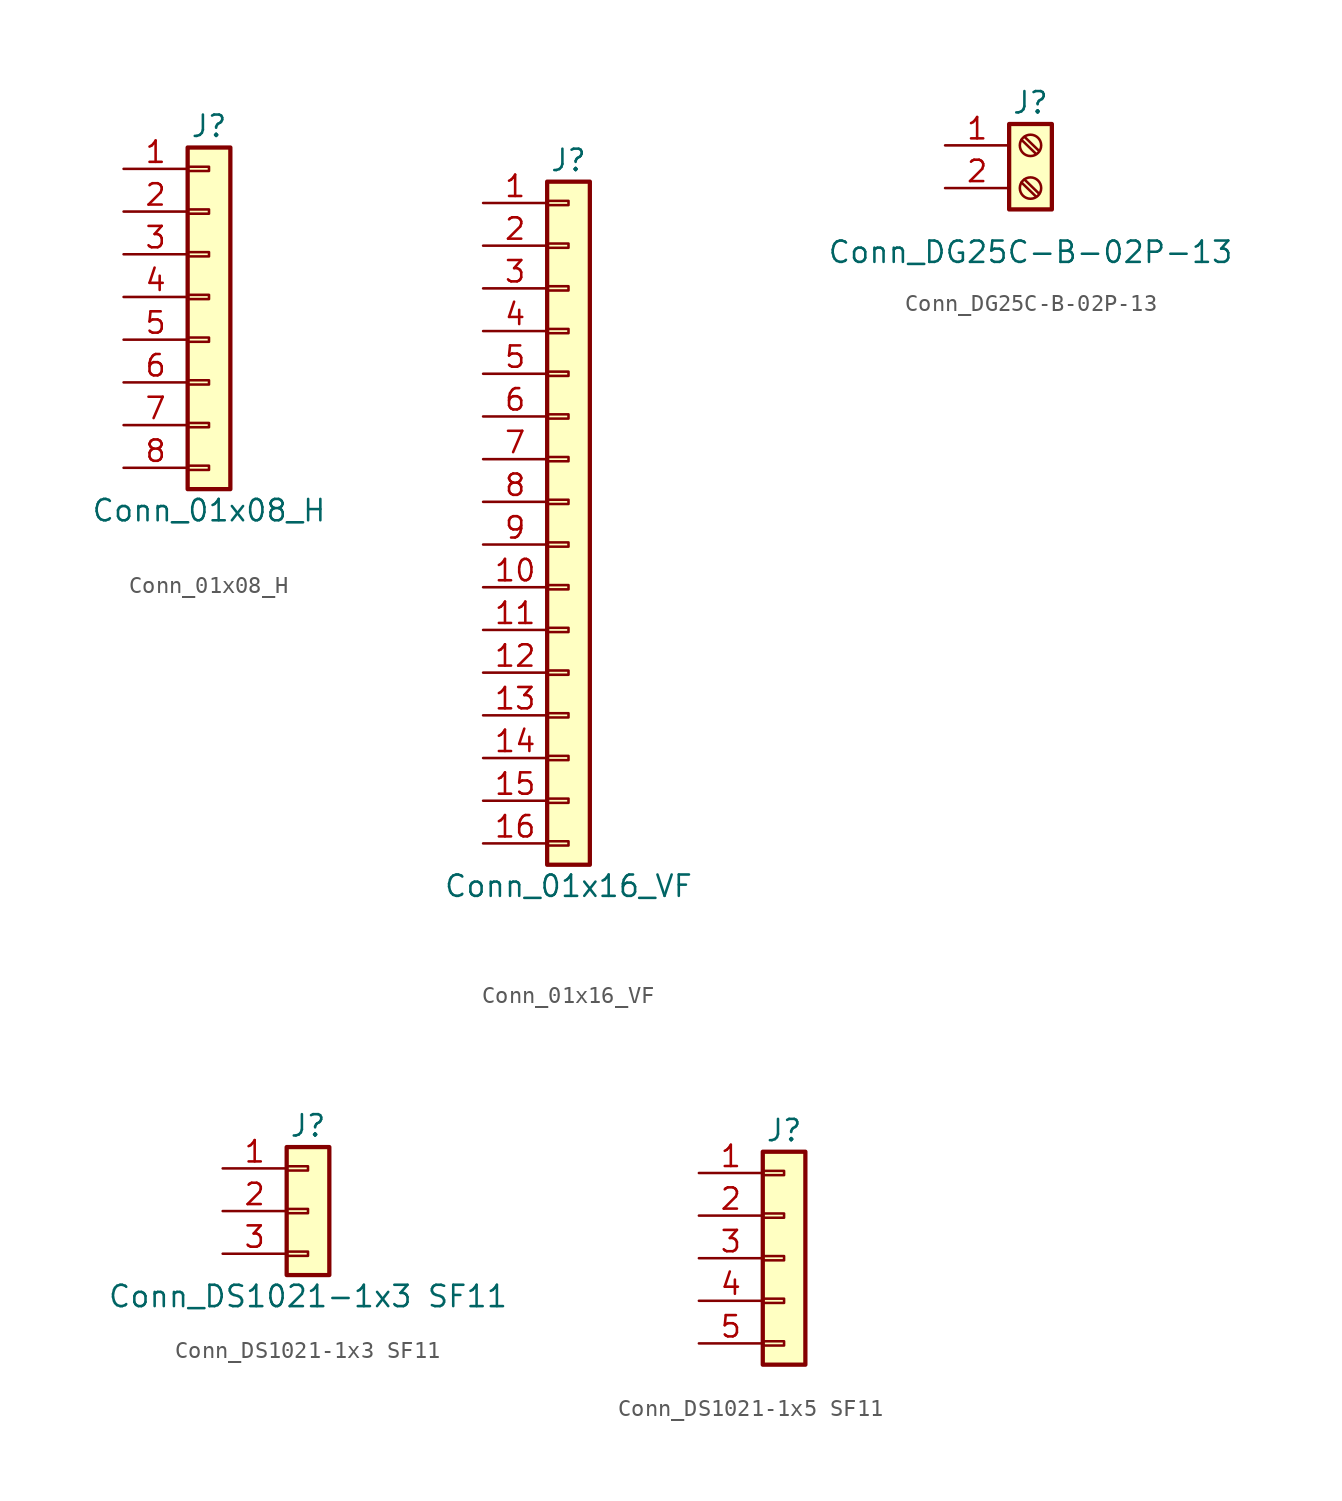
<source format=kicad_sym>
(kicad_symbol_lib
  (version 20220914)
  (generator kicad_symbol_editor)
  (symbol "Conn_01x08_H"
    (pin_names
      (offset 1.016) hide)
    (property "Reference" "J"
      (at 0 10.16 0)
      (effects (font (size 1.27 1.27))))
    (property "Value" "Conn_01x08_H"
      (at 0 -12.7 0)
      (effects (font (size 1.27 1.27))))
    (symbol "Conn_01x08_H_1_1"
      (rectangle (start -1.27 -10.033) (end 0 -10.287) (stroke (width 0.152) (type default)) (fill (type none)))
      (rectangle (start -1.27 -7.493) (end 0 -7.747) (stroke (width 0.152) (type default)) (fill (type none)))
      (rectangle (start -1.27 -4.953) (end 0 -5.207) (stroke (width 0.152) (type default)) (fill (type none)))
      (rectangle (start -1.27 -2.413) (end 0 -2.667) (stroke (width 0.152) (type default)) (fill (type none)))
      (rectangle (start -1.27 0.127) (end 0 -0.127) (stroke (width 0.152) (type default)) (fill (type none)))
      (rectangle (start -1.27 2.667) (end 0 2.413) (stroke (width 0.152) (type default)) (fill (type none)))
      (rectangle (start -1.27 5.207) (end 0 4.953) (stroke (width 0.152) (type default)) (fill (type none)))
      (rectangle (start -1.27 7.747) (end 0 7.493) (stroke (width 0.152) (type default)) (fill (type none)))
      (rectangle (start -1.27 8.89) (end 1.27 -11.43) (stroke (width 0.254) (type default)) (fill (type background)))
      (pin passive line (at -5.08 7.62 0) (length 3.81) (name "Pin_1" (effects (font (size 1.27 1.27)))) (number "1" (effects (font (size 1.27 1.27)))))
      (pin passive line (at -5.08 5.08 0) (length 3.81) (name "Pin_2" (effects (font (size 1.27 1.27)))) (number "2" (effects (font (size 1.27 1.27)))))
      (pin passive line (at -5.08 2.54 0) (length 3.81) (name "Pin_3" (effects (font (size 1.27 1.27)))) (number "3" (effects (font (size 1.27 1.27)))))
      (pin passive line (at -5.08 0 0) (length 3.81) (name "Pin_4" (effects (font (size 1.27 1.27)))) (number "4" (effects (font (size 1.27 1.27)))))
      (pin passive line (at -5.08 -2.54 0) (length 3.81) (name "Pin_5" (effects (font (size 1.27 1.27)))) (number "5" (effects (font (size 1.27 1.27)))))
      (pin passive line (at -5.08 -5.08 0) (length 3.81) (name "Pin_6" (effects (font (size 1.27 1.27)))) (number "6" (effects (font (size 1.27 1.27)))))
      (pin passive line (at -5.08 -7.62 0) (length 3.81) (name "Pin_7" (effects (font (size 1.27 1.27)))) (number "7" (effects (font (size 1.27 1.27)))))
      (pin passive line (at -5.08 -10.16 0) (length 3.81) (name "Pin_8" (effects (font (size 1.27 1.27)))) (number "8" (effects (font (size 1.27 1.27)))))))
  (symbol "Conn_01x16_VF"
    (pin_names
      (offset 1.016) hide)
    (property "Reference" "J"
      (at 0 20.32 0)
      (effects (font (size 1.27 1.27))))
    (property "Value" "Conn_01x16_VF"
      (at 0 -22.86 0)
      (effects (font (size 1.27 1.27))))
    (symbol "Conn_01x16_VF_1_1"
      (rectangle (start -1.27 -20.193) (end 0 -20.447) (stroke (width 0.152) (type default)) (fill (type none)))
      (rectangle (start -1.27 -17.653) (end 0 -17.907) (stroke (width 0.152) (type default)) (fill (type none)))
      (rectangle (start -1.27 -15.113) (end 0 -15.367) (stroke (width 0.152) (type default)) (fill (type none)))
      (rectangle (start -1.27 -12.573) (end 0 -12.827) (stroke (width 0.152) (type default)) (fill (type none)))
      (rectangle (start -1.27 -10.033) (end 0 -10.287) (stroke (width 0.152) (type default)) (fill (type none)))
      (rectangle (start -1.27 -7.493) (end 0 -7.747) (stroke (width 0.152) (type default)) (fill (type none)))
      (rectangle (start -1.27 -4.953) (end 0 -5.207) (stroke (width 0.152) (type default)) (fill (type none)))
      (rectangle (start -1.27 -2.413) (end 0 -2.667) (stroke (width 0.152) (type default)) (fill (type none)))
      (rectangle (start -1.27 0.127) (end 0 -0.127) (stroke (width 0.152) (type default)) (fill (type none)))
      (rectangle (start -1.27 2.667) (end 0 2.413) (stroke (width 0.152) (type default)) (fill (type none)))
      (rectangle (start -1.27 5.207) (end 0 4.953) (stroke (width 0.152) (type default)) (fill (type none)))
      (rectangle (start -1.27 7.747) (end 0 7.493) (stroke (width 0.152) (type default)) (fill (type none)))
      (rectangle (start -1.27 10.287) (end 0 10.033) (stroke (width 0.152) (type default)) (fill (type none)))
      (rectangle (start -1.27 12.827) (end 0 12.573) (stroke (width 0.152) (type default)) (fill (type none)))
      (rectangle (start -1.27 15.367) (end 0 15.113) (stroke (width 0.152) (type default)) (fill (type none)))
      (rectangle (start -1.27 17.907) (end 0 17.653) (stroke (width 0.152) (type default)) (fill (type none)))
      (rectangle (start -1.27 19.05) (end 1.27 -21.59) (stroke (width 0.254) (type default)) (fill (type background)))
      (pin passive line (at -5.08 17.78 0) (length 3.81) (name "Pin_1" (effects (font (size 1.27 1.27)))) (number "1" (effects (font (size 1.27 1.27)))))
      (pin passive line (at -5.08 -5.08 0) (length 3.81) (name "Pin_10" (effects (font (size 1.27 1.27)))) (number "10" (effects (font (size 1.27 1.27)))))
      (pin passive line (at -5.08 -7.62 0) (length 3.81) (name "Pin_11" (effects (font (size 1.27 1.27)))) (number "11" (effects (font (size 1.27 1.27)))))
      (pin passive line (at -5.08 -10.16 0) (length 3.81) (name "Pin_12" (effects (font (size 1.27 1.27)))) (number "12" (effects (font (size 1.27 1.27)))))
      (pin passive line (at -5.08 -12.7 0) (length 3.81) (name "Pin_13" (effects (font (size 1.27 1.27)))) (number "13" (effects (font (size 1.27 1.27)))))
      (pin passive line (at -5.08 -15.24 0) (length 3.81) (name "Pin_14" (effects (font (size 1.27 1.27)))) (number "14" (effects (font (size 1.27 1.27)))))
      (pin passive line (at -5.08 -17.78 0) (length 3.81) (name "Pin_15" (effects (font (size 1.27 1.27)))) (number "15" (effects (font (size 1.27 1.27)))))
      (pin passive line (at -5.08 -20.32 0) (length 3.81) (name "Pin_16" (effects (font (size 1.27 1.27)))) (number "16" (effects (font (size 1.27 1.27)))))
      (pin passive line (at -5.08 15.24 0) (length 3.81) (name "Pin_2" (effects (font (size 1.27 1.27)))) (number "2" (effects (font (size 1.27 1.27)))))
      (pin passive line (at -5.08 12.7 0) (length 3.81) (name "Pin_3" (effects (font (size 1.27 1.27)))) (number "3" (effects (font (size 1.27 1.27)))))
      (pin passive line (at -5.08 10.16 0) (length 3.81) (name "Pin_4" (effects (font (size 1.27 1.27)))) (number "4" (effects (font (size 1.27 1.27)))))
      (pin passive line (at -5.08 7.62 0) (length 3.81) (name "Pin_5" (effects (font (size 1.27 1.27)))) (number "5" (effects (font (size 1.27 1.27)))))
      (pin passive line (at -5.08 5.08 0) (length 3.81) (name "Pin_6" (effects (font (size 1.27 1.27)))) (number "6" (effects (font (size 1.27 1.27)))))
      (pin passive line (at -5.08 2.54 0) (length 3.81) (name "Pin_7" (effects (font (size 1.27 1.27)))) (number "7" (effects (font (size 1.27 1.27)))))
      (pin passive line (at -5.08 0 0) (length 3.81) (name "Pin_8" (effects (font (size 1.27 1.27)))) (number "8" (effects (font (size 1.27 1.27)))))
      (pin passive line (at -5.08 -2.54 0) (length 3.81) (name "Pin_9" (effects (font (size 1.27 1.27)))) (number "9" (effects (font (size 1.27 1.27)))))))
  (symbol "Conn_DG25C-B-02P-13"
    (pin_names
      (offset 1.016) hide)
    (property "Reference" "J"
      (at 0 5.08 0)
      (effects (font (size 1.27 1.27))))
    (property "Value" "Conn_DG25C-B-02P-13"
      (at 0 -3.81 0)
      (effects (font (size 1.27 1.27))))
    (symbol "Conn_DG25C-B-02P-13_1_1"
      (rectangle (start -1.27 3.81) (end 1.27 -1.27) (stroke (width 0.254) (type default)) (fill (type background)))
      (polyline (pts (xy -0.533 0.33) (xy 0.33 -0.508)) (stroke (width 0.152) (type default)) (fill (type none)))
      (polyline (pts (xy -0.533 2.87) (xy 0.33 2.032)) (stroke (width 0.152) (type default)) (fill (type none)))
      (polyline (pts (xy -0.356 0.508) (xy 0.508 -0.33)) (stroke (width 0.152) (type default)) (fill (type none)))
      (polyline (pts (xy -0.356 3.048) (xy 0.508 2.21)) (stroke (width 0.152) (type default)) (fill (type none)))
      (circle (center 0 0) (radius 0.635) (stroke (width 0.152) (type default)) (fill (type none)))
      (circle (center 0 2.54) (radius 0.635) (stroke (width 0.152) (type default)) (fill (type none)))
      (pin passive line (at -5.08 2.54 0) (length 3.81) (name "Pin_1" (effects (font (size 1.27 1.27)))) (number "1" (effects (font (size 1.27 1.27)))))
      (pin passive line (at -5.08 0 0) (length 3.81) (name "Pin_2" (effects (font (size 1.27 1.27)))) (number "2" (effects (font (size 1.27 1.27)))))))
  (symbol "Conn_DS1021-1x3 SF11"
    (pin_names
      (offset 1.016) hide)
    (property "Reference" "J"
      (at 0 5.08 0)
      (effects (font (size 1.27 1.27))))
    (property "Value" "Conn_DS1021-1x3 SF11"
      (at 0 -5.08 0)
      (effects (font (size 1.27 1.27))))
    (symbol "Conn_DS1021-1x3 SF11_1_1"
      (rectangle (start -1.27 -2.413) (end 0 -2.667) (stroke (width 0.152) (type default)) (fill (type none)))
      (rectangle (start -1.27 0.127) (end 0 -0.127) (stroke (width 0.152) (type default)) (fill (type none)))
      (rectangle (start -1.27 2.667) (end 0 2.413) (stroke (width 0.152) (type default)) (fill (type none)))
      (rectangle (start -1.27 3.81) (end 1.27 -3.81) (stroke (width 0.254) (type default)) (fill (type background)))
      (pin passive line (at -5.08 2.54 0) (length 3.81) (name "Pin_1" (effects (font (size 1.27 1.27)))) (number "1" (effects (font (size 1.27 1.27)))))
      (pin passive line (at -5.08 0 0) (length 3.81) (name "Pin_2" (effects (font (size 1.27 1.27)))) (number "2" (effects (font (size 1.27 1.27)))))
      (pin passive line (at -5.08 -2.54 0) (length 3.81) (name "Pin_3" (effects (font (size 1.27 1.27)))) (number "3" (effects (font (size 1.27 1.27)))))))
  (symbol "Conn_DS1021-1x5 SF11"
    (pin_names
      (offset 1.016) hide)
    (property "Reference" "J"
      (at 0 7.62 0)
      (effects (font (size 1.27 1.27))))
    (symbol "Conn_DS1021-1x5 SF11_1_1"
      (rectangle (start -1.27 -4.953) (end 0 -5.207) (stroke (width 0.152) (type default)) (fill (type none)))
      (rectangle (start -1.27 -2.413) (end 0 -2.667) (stroke (width 0.152) (type default)) (fill (type none)))
      (rectangle (start -1.27 0.127) (end 0 -0.127) (stroke (width 0.152) (type default)) (fill (type none)))
      (rectangle (start -1.27 2.667) (end 0 2.413) (stroke (width 0.152) (type default)) (fill (type none)))
      (rectangle (start -1.27 5.207) (end 0 4.953) (stroke (width 0.152) (type default)) (fill (type none)))
      (rectangle (start -1.27 6.35) (end 1.27 -6.35) (stroke (width 0.254) (type default)) (fill (type background)))
      (pin passive line (at -5.08 5.08 0) (length 3.81) (name "Pin_1" (effects (font (size 1.27 1.27)))) (number "1" (effects (font (size 1.27 1.27)))))
      (pin passive line (at -5.08 2.54 0) (length 3.81) (name "Pin_2" (effects (font (size 1.27 1.27)))) (number "2" (effects (font (size 1.27 1.27)))))
      (pin passive line (at -5.08 0 0) (length 3.81) (name "Pin_3" (effects (font (size 1.27 1.27)))) (number "3" (effects (font (size 1.27 1.27)))))
      (pin passive line (at -5.08 -2.54 0) (length 3.81) (name "Pin_4" (effects (font (size 1.27 1.27)))) (number "4" (effects (font (size 1.27 1.27)))))
      (pin passive line (at -5.08 -5.08 0) (length 3.81) (name "Pin_5" (effects (font (size 1.27 1.27)))) (number "5" (effects (font (size 1.27 1.27))))))))
</source>
